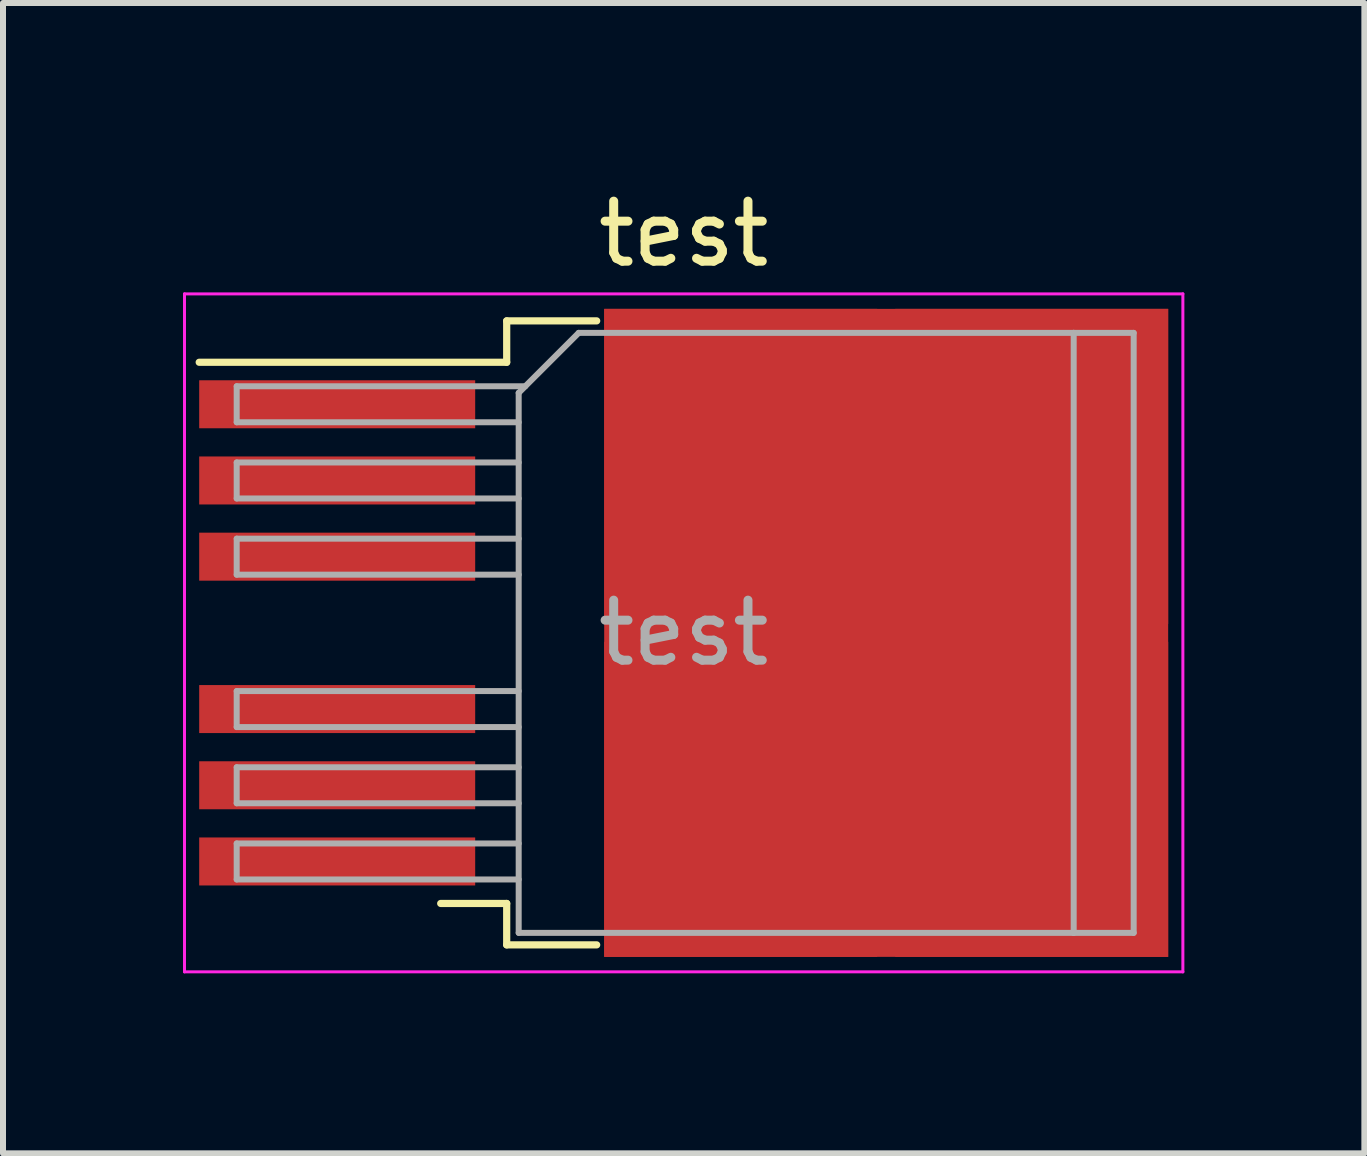
<source format=kicad_pcb>
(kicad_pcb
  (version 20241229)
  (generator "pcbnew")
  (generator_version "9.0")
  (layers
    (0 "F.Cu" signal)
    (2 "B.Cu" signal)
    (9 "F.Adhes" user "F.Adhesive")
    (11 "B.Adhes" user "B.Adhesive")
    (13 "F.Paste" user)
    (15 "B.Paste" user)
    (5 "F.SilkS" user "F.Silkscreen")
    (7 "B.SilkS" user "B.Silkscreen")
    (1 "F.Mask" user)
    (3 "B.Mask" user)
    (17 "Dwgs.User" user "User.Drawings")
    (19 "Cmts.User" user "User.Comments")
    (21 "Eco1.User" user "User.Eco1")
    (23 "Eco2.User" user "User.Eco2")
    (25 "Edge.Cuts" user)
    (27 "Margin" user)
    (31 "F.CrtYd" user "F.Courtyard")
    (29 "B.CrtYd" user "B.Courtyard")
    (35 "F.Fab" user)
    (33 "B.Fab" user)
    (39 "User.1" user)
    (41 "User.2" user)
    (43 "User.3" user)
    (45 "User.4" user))
  (footprint "test"
    (layer "F.Cu")
    (at 8.345 7.498)
    (property "Reference" "test" (at 0 -6.65 0) (layer "F.SilkS") (effects (font (size 1 1) (thickness 0.15))))
    (attr smd)
    (fp_line (start -2.95 -5.2) (end -2.95 -4.51) (stroke (width 0.12) (type solid)) (layer "F.SilkS"))
    (fp_line (start -2.95 -4.51) (end -8.075 -4.51) (stroke (width 0.12) (type solid)) (layer "F.SilkS"))
    (fp_line (start -2.95 4.51) (end -4.05 4.51) (stroke (width 0.12) (type solid)) (layer "F.SilkS"))
    (fp_line (start -2.95 5.2) (end -2.95 4.51) (stroke (width 0.12) (type solid)) (layer "F.SilkS"))
    (fp_line (start -1.45 -5.2) (end -2.95 -5.2) (stroke (width 0.12) (type solid)) (layer "F.SilkS"))
    (fp_line (start -1.45 5.2) (end -2.95 5.2) (stroke (width 0.12) (type solid)) (layer "F.SilkS"))
    (fp_line (start -8.32 -5.65) (end -8.32 5.65) (stroke (width 0.05) (type solid)) (layer "F.CrtYd"))
    (fp_line (start -8.32 5.65) (end 8.32 5.65) (stroke (width 0.05) (type solid)) (layer "F.CrtYd"))
    (fp_line (start 8.32 -5.65) (end -8.32 -5.65) (stroke (width 0.05) (type solid)) (layer "F.CrtYd"))
    (fp_line (start 8.32 5.65) (end 8.32 -5.65) (stroke (width 0.05) (type solid)) (layer "F.CrtYd"))
    (fp_line (start -7.45 -4.11) (end -7.45 -3.51) (stroke (width 0.1) (type solid)) (layer "F.Fab"))
    (fp_line (start -7.45 -3.51) (end -2.75 -3.51) (stroke (width 0.1) (type solid)) (layer "F.Fab"))
    (fp_line (start -7.45 -2.84) (end -7.45 -2.24) (stroke (width 0.1) (type solid)) (layer "F.Fab"))
    (fp_line (start -7.45 -2.24) (end -2.75 -2.24) (stroke (width 0.1) (type solid)) (layer "F.Fab"))
    (fp_line (start -7.45 -1.57) (end -7.45 -0.97) (stroke (width 0.1) (type solid)) (layer "F.Fab"))
    (fp_line (start -7.45 -0.97) (end -2.75 -0.97) (stroke (width 0.1) (type solid)) (layer "F.Fab"))
    (fp_line (start -7.45 0.97) (end -7.45 1.57) (stroke (width 0.1) (type solid)) (layer "F.Fab"))
    (fp_line (start -7.45 1.57) (end -2.75 1.57) (stroke (width 0.1) (type solid)) (layer "F.Fab"))
    (fp_line (start -7.45 2.24) (end -7.45 2.84) (stroke (width 0.1) (type solid)) (layer "F.Fab"))
    (fp_line (start -7.45 2.84) (end -2.75 2.84) (stroke (width 0.1) (type solid)) (layer "F.Fab"))
    (fp_line (start -7.45 3.51) (end -7.45 4.11) (stroke (width 0.1) (type solid)) (layer "F.Fab"))
    (fp_line (start -7.45 4.11) (end -2.75 4.11) (stroke (width 0.1) (type solid)) (layer "F.Fab"))
    (fp_line (start -2.75 -4) (end -1.75 -5) (stroke (width 0.1) (type solid)) (layer "F.Fab"))
    (fp_line (start -2.75 -2.84) (end -7.45 -2.84) (stroke (width 0.1) (type solid)) (layer "F.Fab"))
    (fp_line (start -2.75 -1.57) (end -7.45 -1.57) (stroke (width 0.1) (type solid)) (layer "F.Fab"))
    (fp_line (start -2.75 0.97) (end -7.45 0.97) (stroke (width 0.1) (type solid)) (layer "F.Fab"))
    (fp_line (start -2.75 2.24) (end -7.45 2.24) (stroke (width 0.1) (type solid)) (layer "F.Fab"))
    (fp_line (start -2.75 3.51) (end -7.45 3.51) (stroke (width 0.1) (type solid)) (layer "F.Fab"))
    (fp_line (start -2.75 5) (end -2.75 -4) (stroke (width 0.1) (type solid)) (layer "F.Fab"))
    (fp_line (start -2.64 -4.11) (end -7.45 -4.11) (stroke (width 0.1) (type solid)) (layer "F.Fab"))
    (fp_line (start -1.75 -5) (end 6.5 -5) (stroke (width 0.1) (type solid)) (layer "F.Fab"))
    (fp_line (start 6.5 -5) (end 6.5 5) (stroke (width 0.1) (type solid)) (layer "F.Fab"))
    (fp_line (start 6.5 -5) (end 7.5 -5) (stroke (width 0.1) (type solid)) (layer "F.Fab"))
    (fp_line (start 6.5 5) (end -2.75 5) (stroke (width 0.1) (type solid)) (layer "F.Fab"))
    (fp_line (start 7.5 -5) (end 7.5 5) (stroke (width 0.1) (type solid)) (layer "F.Fab"))
    (fp_line (start 7.5 5) (end 6.5 5) (stroke (width 0.1) (type solid)) (layer "F.Fab"))
    (fp_text user "${REFERENCE}" (at 0 0 0) (layer "F.Fab") (effects (font (size 1 1) (thickness 0.15))))
    (pad "1" smd rect (at -5.775 -3.81) (size 4.6 0.8) (layers "F.Cu" "F.Mask" "F.Paste"))
    (pad "2" smd rect (at -5.775 -2.54) (size 4.6 0.8) (layers "F.Cu" "F.Mask" "F.Paste"))
    (pad "3" smd rect (at -5.775 -1.27) (size 4.6 0.8) (layers "F.Cu" "F.Mask" "F.Paste"))
    (pad "4" smd rect (at 0.95 -2.775) (size 4.55 5.25) (layers "F.Cu" "F.Paste"))
    (pad "4" smd rect (at 0.95 2.775) (size 4.55 5.25) (layers "F.Cu" "F.Paste"))
    (pad "4" smd rect (at 3.375 0) (size 9.4 10.8) (layers "F.Cu" "F.Mask"))
    (pad "4" smd rect (at 5.8 -2.775) (size 4.55 5.25) (layers "F.Cu" "F.Paste"))
    (pad "4" smd rect (at 5.8 2.775) (size 4.55 5.25) (layers "F.Cu" "F.Paste"))
    (pad "5" smd rect (at -5.775 1.27) (size 4.6 0.8) (layers "F.Cu" "F.Mask" "F.Paste"))
    (pad "6" smd rect (at -5.775 2.54) (size 4.6 0.8) (layers "F.Cu" "F.Mask" "F.Paste"))
    (pad "7" smd rect (at -5.775 3.81) (size 4.6 0.8) (layers "F.Cu" "F.Mask" "F.Paste")))
  (gr_rect
    (start -3 -3)
    (end 19.69 16.173)
    (stroke (width 0.1) (type default))
    (fill no)
    (layer "Edge.Cuts")))
</source>
